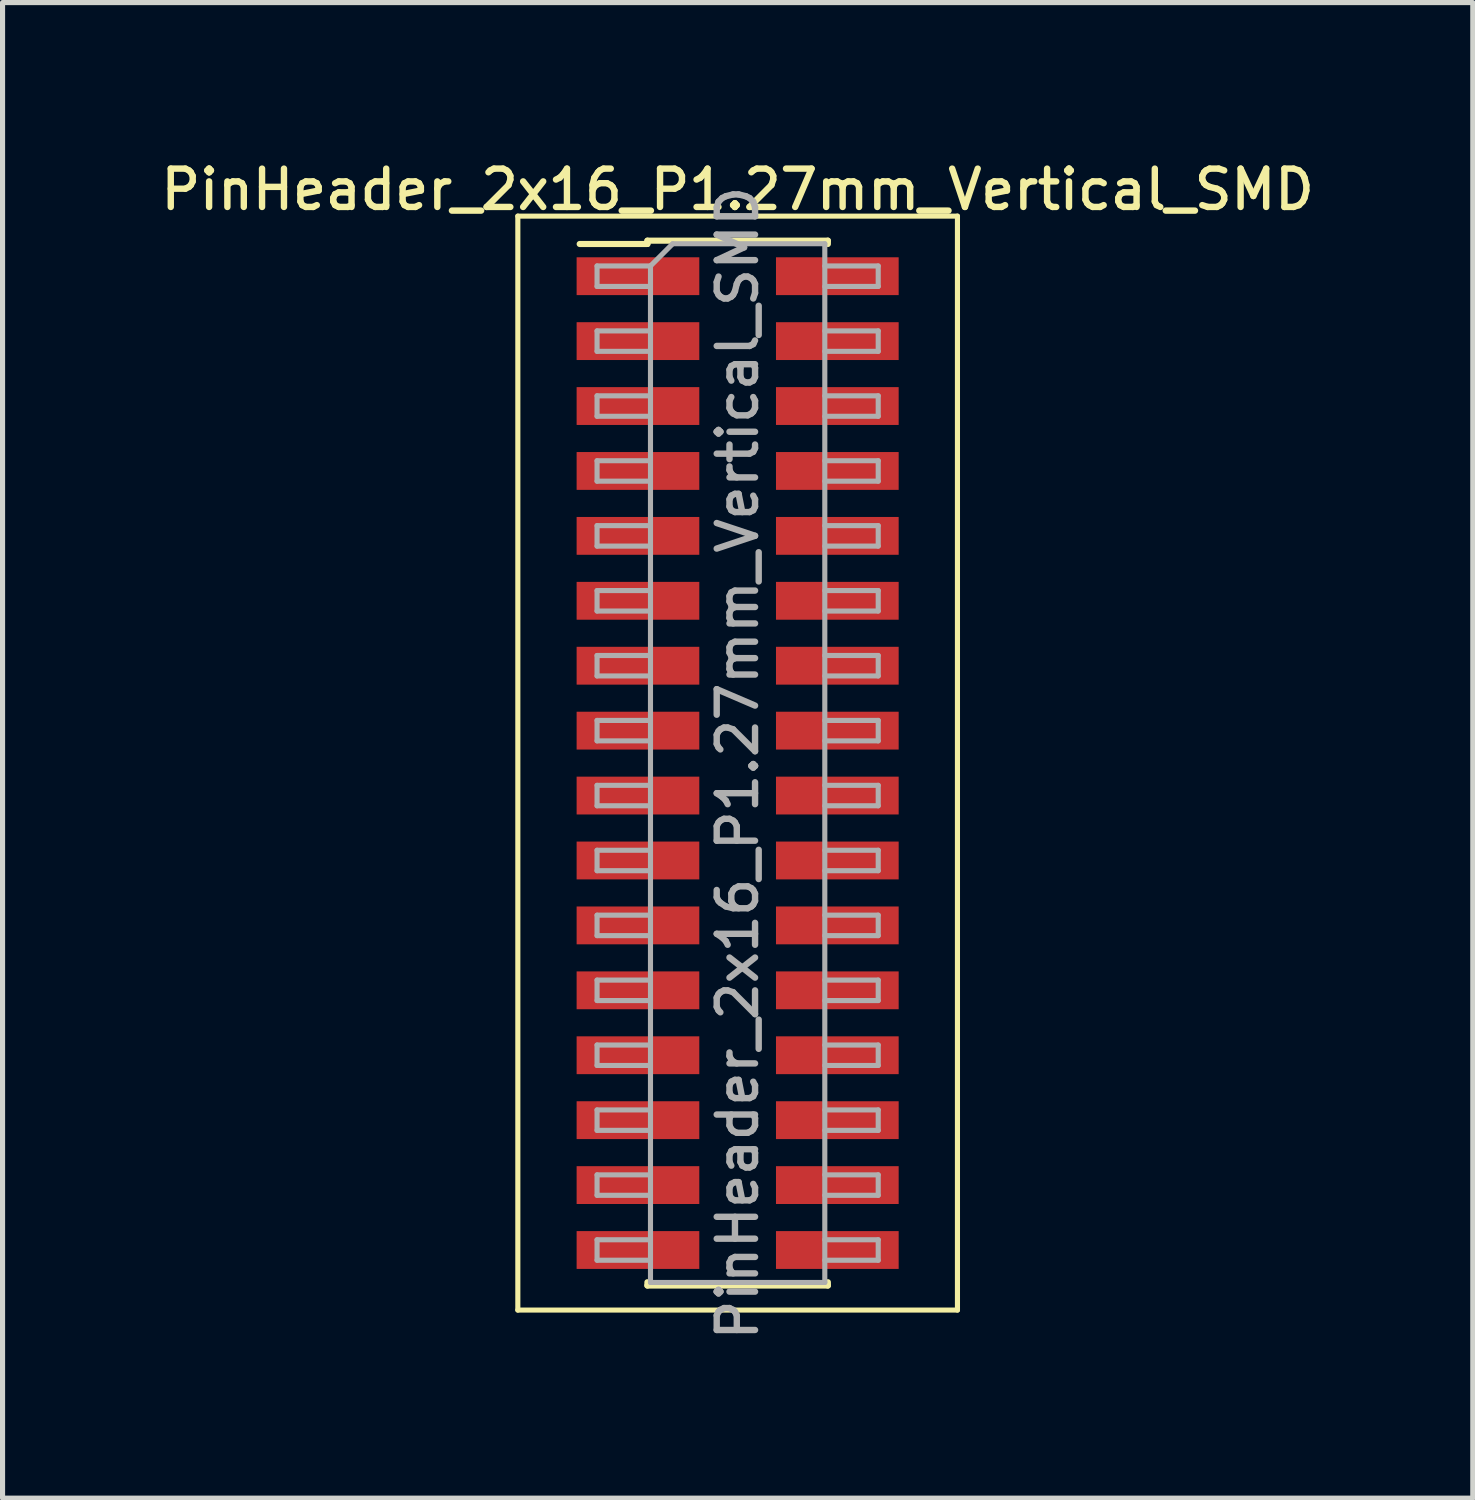
<source format=kicad_pcb>
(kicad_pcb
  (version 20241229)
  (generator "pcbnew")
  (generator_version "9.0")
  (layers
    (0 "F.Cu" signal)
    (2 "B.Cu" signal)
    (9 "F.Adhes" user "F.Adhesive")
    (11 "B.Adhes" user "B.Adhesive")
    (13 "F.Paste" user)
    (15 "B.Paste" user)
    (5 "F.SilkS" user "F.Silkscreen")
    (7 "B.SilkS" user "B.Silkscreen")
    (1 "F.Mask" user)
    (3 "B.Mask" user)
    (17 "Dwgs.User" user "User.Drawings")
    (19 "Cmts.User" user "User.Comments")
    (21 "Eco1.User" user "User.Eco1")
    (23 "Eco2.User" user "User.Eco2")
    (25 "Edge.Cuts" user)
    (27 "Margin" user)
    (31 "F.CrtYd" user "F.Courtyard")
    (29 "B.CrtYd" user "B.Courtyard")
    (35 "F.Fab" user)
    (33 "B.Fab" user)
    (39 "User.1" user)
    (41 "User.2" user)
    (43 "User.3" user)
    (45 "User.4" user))
  (footprint "PinHeader_2x16_P1.27mm_Vertical_SMD"
    (layer "F.Cu")
    (at 11.38 11.878)
    (property "Reference" "PinHeader_2x16_P1.27mm_Vertical_SMD" (at 0 -11.22 0) (layer "F.SilkS") (effects (font (size 0.75 0.75) (thickness 0.125))))
    (attr smd)
    (fp_line (start -4.3 -10.7) (end -4.3 10.7) (stroke (width 0.1) (type solid)) (layer "F.SilkS"))
    (fp_line (start -4.3 10.7) (end 4.3 10.7) (stroke (width 0.1) (type solid)) (layer "F.SilkS"))
    (fp_line (start -3.09 -10.155) (end -1.765 -10.155) (stroke (width 0.12) (type solid)) (layer "F.SilkS"))
    (fp_line (start -1.765 -10.22) (end -1.765 -10.155) (stroke (width 0.12) (type solid)) (layer "F.SilkS"))
    (fp_line (start -1.765 -10.22) (end 1.765 -10.22) (stroke (width 0.12) (type solid)) (layer "F.SilkS"))
    (fp_line (start -1.765 10.155) (end -1.765 10.22) (stroke (width 0.12) (type solid)) (layer "F.SilkS"))
    (fp_line (start -1.765 10.22) (end 1.765 10.22) (stroke (width 0.12) (type solid)) (layer "F.SilkS"))
    (fp_line (start 1.765 -10.22) (end 1.765 -10.155) (stroke (width 0.12) (type solid)) (layer "F.SilkS"))
    (fp_line (start 1.765 10.155) (end 1.765 10.22) (stroke (width 0.12) (type solid)) (layer "F.SilkS"))
    (fp_line (start 4.3 -10.7) (end -4.3 -10.7) (stroke (width 0.1) (type solid)) (layer "F.SilkS"))
    (fp_line (start 4.3 10.7) (end 4.3 -10.7) (stroke (width 0.1) (type solid)) (layer "F.SilkS"))
    (fp_line (start -2.75 -9.725) (end -2.75 -9.325) (stroke (width 0.1) (type solid)) (layer "F.Fab"))
    (fp_line (start -2.75 -9.325) (end -1.705 -9.325) (stroke (width 0.1) (type solid)) (layer "F.Fab"))
    (fp_line (start -2.75 -8.455) (end -2.75 -8.055) (stroke (width 0.1) (type solid)) (layer "F.Fab"))
    (fp_line (start -2.75 -8.055) (end -1.705 -8.055) (stroke (width 0.1) (type solid)) (layer "F.Fab"))
    (fp_line (start -2.75 -7.185) (end -2.75 -6.785) (stroke (width 0.1) (type solid)) (layer "F.Fab"))
    (fp_line (start -2.75 -6.785) (end -1.705 -6.785) (stroke (width 0.1) (type solid)) (layer "F.Fab"))
    (fp_line (start -2.75 -5.915) (end -2.75 -5.515) (stroke (width 0.1) (type solid)) (layer "F.Fab"))
    (fp_line (start -2.75 -5.515) (end -1.705 -5.515) (stroke (width 0.1) (type solid)) (layer "F.Fab"))
    (fp_line (start -2.75 -4.645) (end -2.75 -4.245) (stroke (width 0.1) (type solid)) (layer "F.Fab"))
    (fp_line (start -2.75 -4.245) (end -1.705 -4.245) (stroke (width 0.1) (type solid)) (layer "F.Fab"))
    (fp_line (start -2.75 -3.375) (end -2.75 -2.975) (stroke (width 0.1) (type solid)) (layer "F.Fab"))
    (fp_line (start -2.75 -2.975) (end -1.705 -2.975) (stroke (width 0.1) (type solid)) (layer "F.Fab"))
    (fp_line (start -2.75 -2.105) (end -2.75 -1.705) (stroke (width 0.1) (type solid)) (layer "F.Fab"))
    (fp_line (start -2.75 -1.705) (end -1.705 -1.705) (stroke (width 0.1) (type solid)) (layer "F.Fab"))
    (fp_line (start -2.75 -0.835) (end -2.75 -0.435) (stroke (width 0.1) (type solid)) (layer "F.Fab"))
    (fp_line (start -2.75 -0.435) (end -1.705 -0.435) (stroke (width 0.1) (type solid)) (layer "F.Fab"))
    (fp_line (start -2.75 0.435) (end -2.75 0.835) (stroke (width 0.1) (type solid)) (layer "F.Fab"))
    (fp_line (start -2.75 0.835) (end -1.705 0.835) (stroke (width 0.1) (type solid)) (layer "F.Fab"))
    (fp_line (start -2.75 1.705) (end -2.75 2.105) (stroke (width 0.1) (type solid)) (layer "F.Fab"))
    (fp_line (start -2.75 2.105) (end -1.705 2.105) (stroke (width 0.1) (type solid)) (layer "F.Fab"))
    (fp_line (start -2.75 2.975) (end -2.75 3.375) (stroke (width 0.1) (type solid)) (layer "F.Fab"))
    (fp_line (start -2.75 3.375) (end -1.705 3.375) (stroke (width 0.1) (type solid)) (layer "F.Fab"))
    (fp_line (start -2.75 4.245) (end -2.75 4.645) (stroke (width 0.1) (type solid)) (layer "F.Fab"))
    (fp_line (start -2.75 4.645) (end -1.705 4.645) (stroke (width 0.1) (type solid)) (layer "F.Fab"))
    (fp_line (start -2.75 5.515) (end -2.75 5.915) (stroke (width 0.1) (type solid)) (layer "F.Fab"))
    (fp_line (start -2.75 5.915) (end -1.705 5.915) (stroke (width 0.1) (type solid)) (layer "F.Fab"))
    (fp_line (start -2.75 6.785) (end -2.75 7.185) (stroke (width 0.1) (type solid)) (layer "F.Fab"))
    (fp_line (start -2.75 7.185) (end -1.705 7.185) (stroke (width 0.1) (type solid)) (layer "F.Fab"))
    (fp_line (start -2.75 8.055) (end -2.75 8.455) (stroke (width 0.1) (type solid)) (layer "F.Fab"))
    (fp_line (start -2.75 8.455) (end -1.705 8.455) (stroke (width 0.1) (type solid)) (layer "F.Fab"))
    (fp_line (start -2.75 9.325) (end -2.75 9.725) (stroke (width 0.1) (type solid)) (layer "F.Fab"))
    (fp_line (start -2.75 9.725) (end -1.705 9.725) (stroke (width 0.1) (type solid)) (layer "F.Fab"))
    (fp_line (start -1.705 -9.725) (end -2.75 -9.725) (stroke (width 0.1) (type solid)) (layer "F.Fab"))
    (fp_line (start -1.705 -9.725) (end -1.27 -10.16) (stroke (width 0.1) (type solid)) (layer "F.Fab"))
    (fp_line (start -1.705 -8.455) (end -2.75 -8.455) (stroke (width 0.1) (type solid)) (layer "F.Fab"))
    (fp_line (start -1.705 -7.185) (end -2.75 -7.185) (stroke (width 0.1) (type solid)) (layer "F.Fab"))
    (fp_line (start -1.705 -5.915) (end -2.75 -5.915) (stroke (width 0.1) (type solid)) (layer "F.Fab"))
    (fp_line (start -1.705 -4.645) (end -2.75 -4.645) (stroke (width 0.1) (type solid)) (layer "F.Fab"))
    (fp_line (start -1.705 -3.375) (end -2.75 -3.375) (stroke (width 0.1) (type solid)) (layer "F.Fab"))
    (fp_line (start -1.705 -2.105) (end -2.75 -2.105) (stroke (width 0.1) (type solid)) (layer "F.Fab"))
    (fp_line (start -1.705 -0.835) (end -2.75 -0.835) (stroke (width 0.1) (type solid)) (layer "F.Fab"))
    (fp_line (start -1.705 0.435) (end -2.75 0.435) (stroke (width 0.1) (type solid)) (layer "F.Fab"))
    (fp_line (start -1.705 1.705) (end -2.75 1.705) (stroke (width 0.1) (type solid)) (layer "F.Fab"))
    (fp_line (start -1.705 2.975) (end -2.75 2.975) (stroke (width 0.1) (type solid)) (layer "F.Fab"))
    (fp_line (start -1.705 4.245) (end -2.75 4.245) (stroke (width 0.1) (type solid)) (layer "F.Fab"))
    (fp_line (start -1.705 5.515) (end -2.75 5.515) (stroke (width 0.1) (type solid)) (layer "F.Fab"))
    (fp_line (start -1.705 6.785) (end -2.75 6.785) (stroke (width 0.1) (type solid)) (layer "F.Fab"))
    (fp_line (start -1.705 8.055) (end -2.75 8.055) (stroke (width 0.1) (type solid)) (layer "F.Fab"))
    (fp_line (start -1.705 9.325) (end -2.75 9.325) (stroke (width 0.1) (type solid)) (layer "F.Fab"))
    (fp_line (start -1.705 10.16) (end -1.705 -9.725) (stroke (width 0.1) (type solid)) (layer "F.Fab"))
    (fp_line (start -1.27 -10.16) (end 1.705 -10.16) (stroke (width 0.1) (type solid)) (layer "F.Fab"))
    (fp_line (start 1.705 -10.16) (end 1.705 10.16) (stroke (width 0.1) (type solid)) (layer "F.Fab"))
    (fp_line (start 1.705 -9.725) (end 2.75 -9.725) (stroke (width 0.1) (type solid)) (layer "F.Fab"))
    (fp_line (start 1.705 -8.455) (end 2.75 -8.455) (stroke (width 0.1) (type solid)) (layer "F.Fab"))
    (fp_line (start 1.705 -7.185) (end 2.75 -7.185) (stroke (width 0.1) (type solid)) (layer "F.Fab"))
    (fp_line (start 1.705 -5.915) (end 2.75 -5.915) (stroke (width 0.1) (type solid)) (layer "F.Fab"))
    (fp_line (start 1.705 -4.645) (end 2.75 -4.645) (stroke (width 0.1) (type solid)) (layer "F.Fab"))
    (fp_line (start 1.705 -3.375) (end 2.75 -3.375) (stroke (width 0.1) (type solid)) (layer "F.Fab"))
    (fp_line (start 1.705 -2.105) (end 2.75 -2.105) (stroke (width 0.1) (type solid)) (layer "F.Fab"))
    (fp_line (start 1.705 -0.835) (end 2.75 -0.835) (stroke (width 0.1) (type solid)) (layer "F.Fab"))
    (fp_line (start 1.705 0.435) (end 2.75 0.435) (stroke (width 0.1) (type solid)) (layer "F.Fab"))
    (fp_line (start 1.705 1.705) (end 2.75 1.705) (stroke (width 0.1) (type solid)) (layer "F.Fab"))
    (fp_line (start 1.705 2.975) (end 2.75 2.975) (stroke (width 0.1) (type solid)) (layer "F.Fab"))
    (fp_line (start 1.705 4.245) (end 2.75 4.245) (stroke (width 0.1) (type solid)) (layer "F.Fab"))
    (fp_line (start 1.705 5.515) (end 2.75 5.515) (stroke (width 0.1) (type solid)) (layer "F.Fab"))
    (fp_line (start 1.705 6.785) (end 2.75 6.785) (stroke (width 0.1) (type solid)) (layer "F.Fab"))
    (fp_line (start 1.705 8.055) (end 2.75 8.055) (stroke (width 0.1) (type solid)) (layer "F.Fab"))
    (fp_line (start 1.705 9.325) (end 2.75 9.325) (stroke (width 0.1) (type solid)) (layer "F.Fab"))
    (fp_line (start 1.705 10.16) (end -1.705 10.16) (stroke (width 0.1) (type solid)) (layer "F.Fab"))
    (fp_line (start 2.75 -9.725) (end 2.75 -9.325) (stroke (width 0.1) (type solid)) (layer "F.Fab"))
    (fp_line (start 2.75 -9.325) (end 1.705 -9.325) (stroke (width 0.1) (type solid)) (layer "F.Fab"))
    (fp_line (start 2.75 -8.455) (end 2.75 -8.055) (stroke (width 0.1) (type solid)) (layer "F.Fab"))
    (fp_line (start 2.75 -8.055) (end 1.705 -8.055) (stroke (width 0.1) (type solid)) (layer "F.Fab"))
    (fp_line (start 2.75 -7.185) (end 2.75 -6.785) (stroke (width 0.1) (type solid)) (layer "F.Fab"))
    (fp_line (start 2.75 -6.785) (end 1.705 -6.785) (stroke (width 0.1) (type solid)) (layer "F.Fab"))
    (fp_line (start 2.75 -5.915) (end 2.75 -5.515) (stroke (width 0.1) (type solid)) (layer "F.Fab"))
    (fp_line (start 2.75 -5.515) (end 1.705 -5.515) (stroke (width 0.1) (type solid)) (layer "F.Fab"))
    (fp_line (start 2.75 -4.645) (end 2.75 -4.245) (stroke (width 0.1) (type solid)) (layer "F.Fab"))
    (fp_line (start 2.75 -4.245) (end 1.705 -4.245) (stroke (width 0.1) (type solid)) (layer "F.Fab"))
    (fp_line (start 2.75 -3.375) (end 2.75 -2.975) (stroke (width 0.1) (type solid)) (layer "F.Fab"))
    (fp_line (start 2.75 -2.975) (end 1.705 -2.975) (stroke (width 0.1) (type solid)) (layer "F.Fab"))
    (fp_line (start 2.75 -2.105) (end 2.75 -1.705) (stroke (width 0.1) (type solid)) (layer "F.Fab"))
    (fp_line (start 2.75 -1.705) (end 1.705 -1.705) (stroke (width 0.1) (type solid)) (layer "F.Fab"))
    (fp_line (start 2.75 -0.835) (end 2.75 -0.435) (stroke (width 0.1) (type solid)) (layer "F.Fab"))
    (fp_line (start 2.75 -0.435) (end 1.705 -0.435) (stroke (width 0.1) (type solid)) (layer "F.Fab"))
    (fp_line (start 2.75 0.435) (end 2.75 0.835) (stroke (width 0.1) (type solid)) (layer "F.Fab"))
    (fp_line (start 2.75 0.835) (end 1.705 0.835) (stroke (width 0.1) (type solid)) (layer "F.Fab"))
    (fp_line (start 2.75 1.705) (end 2.75 2.105) (stroke (width 0.1) (type solid)) (layer "F.Fab"))
    (fp_line (start 2.75 2.105) (end 1.705 2.105) (stroke (width 0.1) (type solid)) (layer "F.Fab"))
    (fp_line (start 2.75 2.975) (end 2.75 3.375) (stroke (width 0.1) (type solid)) (layer "F.Fab"))
    (fp_line (start 2.75 3.375) (end 1.705 3.375) (stroke (width 0.1) (type solid)) (layer "F.Fab"))
    (fp_line (start 2.75 4.245) (end 2.75 4.645) (stroke (width 0.1) (type solid)) (layer "F.Fab"))
    (fp_line (start 2.75 4.645) (end 1.705 4.645) (stroke (width 0.1) (type solid)) (layer "F.Fab"))
    (fp_line (start 2.75 5.515) (end 2.75 5.915) (stroke (width 0.1) (type solid)) (layer "F.Fab"))
    (fp_line (start 2.75 5.915) (end 1.705 5.915) (stroke (width 0.1) (type solid)) (layer "F.Fab"))
    (fp_line (start 2.75 6.785) (end 2.75 7.185) (stroke (width 0.1) (type solid)) (layer "F.Fab"))
    (fp_line (start 2.75 7.185) (end 1.705 7.185) (stroke (width 0.1) (type solid)) (layer "F.Fab"))
    (fp_line (start 2.75 8.055) (end 2.75 8.455) (stroke (width 0.1) (type solid)) (layer "F.Fab"))
    (fp_line (start 2.75 8.455) (end 1.705 8.455) (stroke (width 0.1) (type solid)) (layer "F.Fab"))
    (fp_line (start 2.75 9.325) (end 2.75 9.725) (stroke (width 0.1) (type solid)) (layer "F.Fab"))
    (fp_line (start 2.75 9.725) (end 1.705 9.725) (stroke (width 0.1) (type solid)) (layer "F.Fab"))
    (fp_text user "${REFERENCE}" (at 0 0 90) (layer "F.Fab") (effects (font (size 0.75 0.75) (thickness 0.125))))
    (pad "1" smd rect (at -1.95 -9.525) (size 2.4 0.74) (layers "F.Cu" "F.Mask" "F.Paste"))
    (pad "2" smd rect (at 1.95 -9.525) (size 2.4 0.74) (layers "F.Cu" "F.Mask" "F.Paste"))
    (pad "3" smd rect (at -1.95 -8.255) (size 2.4 0.74) (layers "F.Cu" "F.Mask" "F.Paste"))
    (pad "4" smd rect (at 1.95 -8.255) (size 2.4 0.74) (layers "F.Cu" "F.Mask" "F.Paste"))
    (pad "5" smd rect (at -1.95 -6.985) (size 2.4 0.74) (layers "F.Cu" "F.Mask" "F.Paste"))
    (pad "6" smd rect (at 1.95 -6.985) (size 2.4 0.74) (layers "F.Cu" "F.Mask" "F.Paste"))
    (pad "7" smd rect (at -1.95 -5.715) (size 2.4 0.74) (layers "F.Cu" "F.Mask" "F.Paste"))
    (pad "8" smd rect (at 1.95 -5.715) (size 2.4 0.74) (layers "F.Cu" "F.Mask" "F.Paste"))
    (pad "9" smd rect (at -1.95 -4.445) (size 2.4 0.74) (layers "F.Cu" "F.Mask" "F.Paste"))
    (pad "10" smd rect (at 1.95 -4.445) (size 2.4 0.74) (layers "F.Cu" "F.Mask" "F.Paste"))
    (pad "11" smd rect (at -1.95 -3.175) (size 2.4 0.74) (layers "F.Cu" "F.Mask" "F.Paste"))
    (pad "12" smd rect (at 1.95 -3.175) (size 2.4 0.74) (layers "F.Cu" "F.Mask" "F.Paste"))
    (pad "13" smd rect (at -1.95 -1.905) (size 2.4 0.74) (layers "F.Cu" "F.Mask" "F.Paste"))
    (pad "14" smd rect (at 1.95 -1.905) (size 2.4 0.74) (layers "F.Cu" "F.Mask" "F.Paste"))
    (pad "15" smd rect (at -1.95 -0.635) (size 2.4 0.74) (layers "F.Cu" "F.Mask" "F.Paste"))
    (pad "16" smd rect (at 1.95 -0.635) (size 2.4 0.74) (layers "F.Cu" "F.Mask" "F.Paste"))
    (pad "17" smd rect (at -1.95 0.635) (size 2.4 0.74) (layers "F.Cu" "F.Mask" "F.Paste"))
    (pad "18" smd rect (at 1.95 0.635) (size 2.4 0.74) (layers "F.Cu" "F.Mask" "F.Paste"))
    (pad "19" smd rect (at -1.95 1.905) (size 2.4 0.74) (layers "F.Cu" "F.Mask" "F.Paste"))
    (pad "20" smd rect (at 1.95 1.905) (size 2.4 0.74) (layers "F.Cu" "F.Mask" "F.Paste"))
    (pad "21" smd rect (at -1.95 3.175) (size 2.4 0.74) (layers "F.Cu" "F.Mask" "F.Paste"))
    (pad "22" smd rect (at 1.95 3.175) (size 2.4 0.74) (layers "F.Cu" "F.Mask" "F.Paste"))
    (pad "23" smd rect (at -1.95 4.445) (size 2.4 0.74) (layers "F.Cu" "F.Mask" "F.Paste"))
    (pad "24" smd rect (at 1.95 4.445) (size 2.4 0.74) (layers "F.Cu" "F.Mask" "F.Paste"))
    (pad "25" smd rect (at -1.95 5.715) (size 2.4 0.74) (layers "F.Cu" "F.Mask" "F.Paste"))
    (pad "26" smd rect (at 1.95 5.715) (size 2.4 0.74) (layers "F.Cu" "F.Mask" "F.Paste"))
    (pad "27" smd rect (at -1.95 6.985) (size 2.4 0.74) (layers "F.Cu" "F.Mask" "F.Paste"))
    (pad "28" smd rect (at 1.95 6.985) (size 2.4 0.74) (layers "F.Cu" "F.Mask" "F.Paste"))
    (pad "29" smd rect (at -1.95 8.255) (size 2.4 0.74) (layers "F.Cu" "F.Mask" "F.Paste"))
    (pad "30" smd rect (at 1.95 8.255) (size 2.4 0.74) (layers "F.Cu" "F.Mask" "F.Paste"))
    (pad "31" smd rect (at -1.95 9.525) (size 2.4 0.74) (layers "F.Cu" "F.Mask" "F.Paste"))
    (pad "32" smd rect (at 1.95 9.525) (size 2.4 0.74) (layers "F.Cu" "F.Mask" "F.Paste")))
  (gr_rect
    (start -3 -3)
    (end 25.761 26.258)
    (stroke (width 0.1) (type default))
    (fill no)
    (layer "Edge.Cuts")))
</source>
